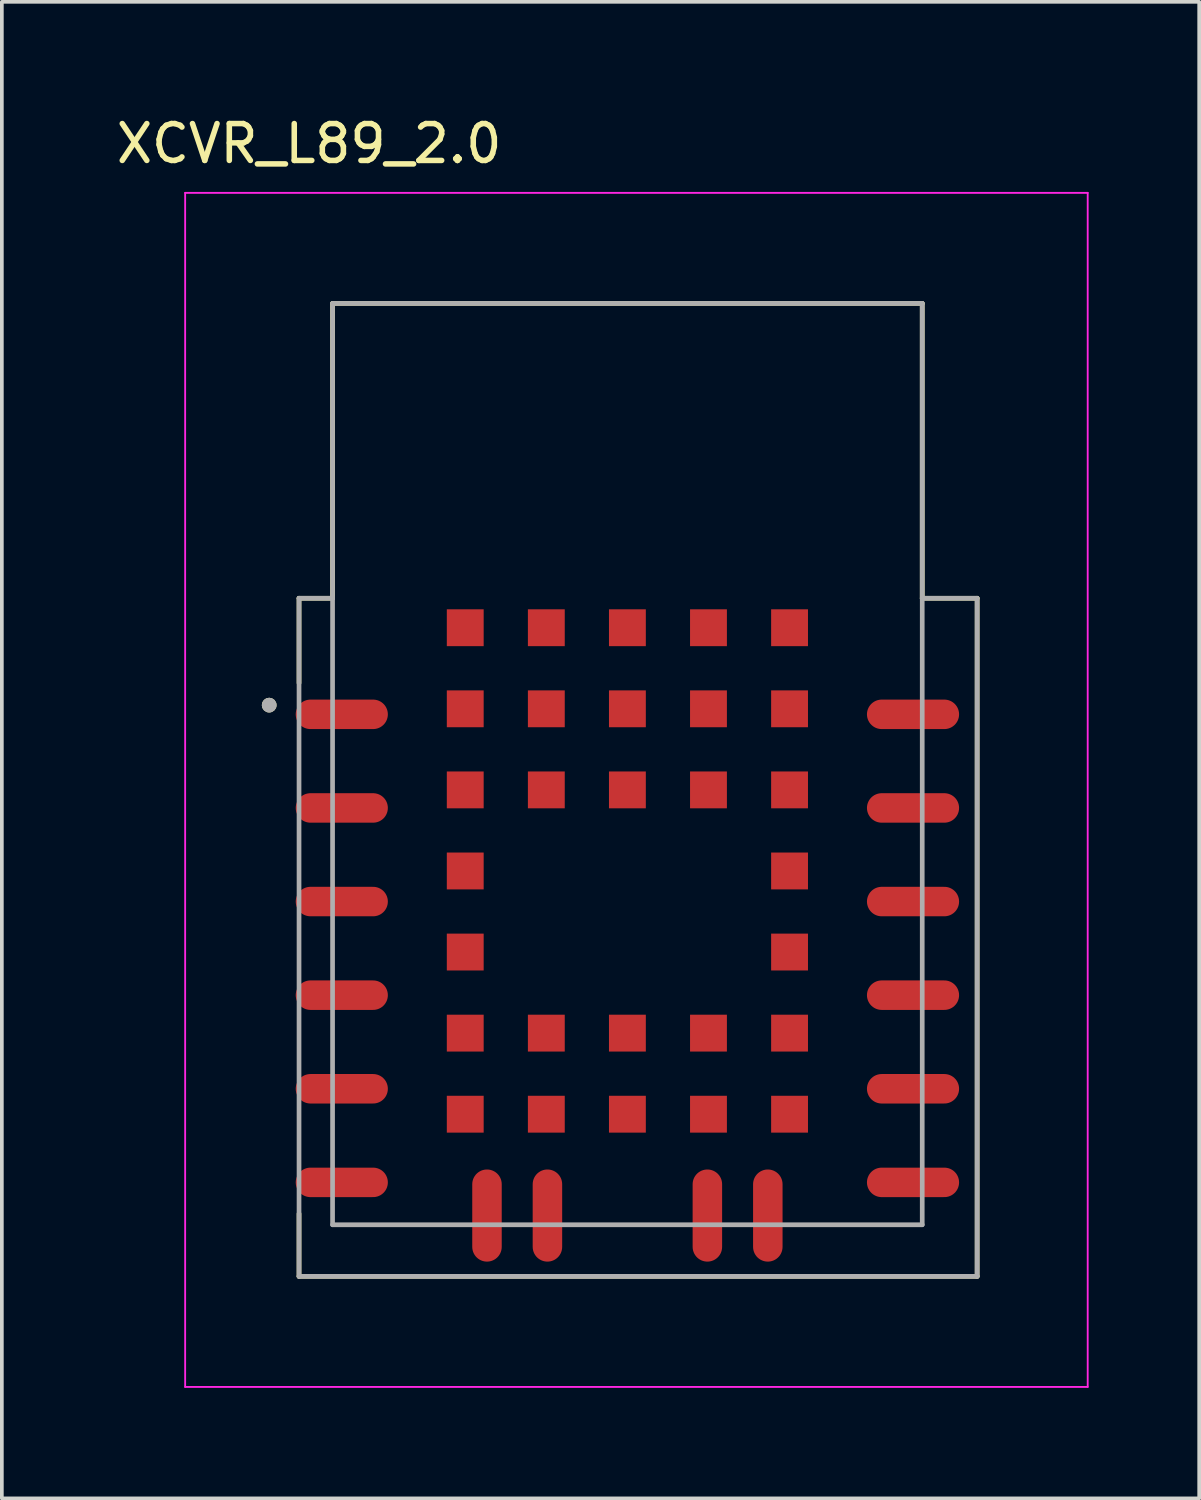
<source format=kicad_pcb>
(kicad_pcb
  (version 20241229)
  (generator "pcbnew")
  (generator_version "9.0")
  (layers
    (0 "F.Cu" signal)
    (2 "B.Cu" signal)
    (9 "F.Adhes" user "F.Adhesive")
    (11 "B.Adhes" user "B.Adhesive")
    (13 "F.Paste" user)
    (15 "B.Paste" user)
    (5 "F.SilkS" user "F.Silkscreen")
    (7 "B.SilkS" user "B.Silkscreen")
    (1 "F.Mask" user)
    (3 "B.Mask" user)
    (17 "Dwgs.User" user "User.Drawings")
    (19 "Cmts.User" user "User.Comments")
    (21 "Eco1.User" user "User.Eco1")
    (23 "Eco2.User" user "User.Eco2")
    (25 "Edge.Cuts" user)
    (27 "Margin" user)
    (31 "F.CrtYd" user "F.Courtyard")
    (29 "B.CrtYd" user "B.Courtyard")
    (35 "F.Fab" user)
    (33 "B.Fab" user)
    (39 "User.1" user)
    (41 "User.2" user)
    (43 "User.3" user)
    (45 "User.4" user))
  (footprint "XCVR_L89_2.0"
    (layer "F.Cu")
    (at 13.974 17.683)
    (property "Reference" "XCVR_L89_2.0" (at -8.635 -16.835 0) (layer "F.SilkS") (effects (font (size 1 1) (thickness 0.15))))
    (attr smd)
    (fp_line (start -8.91 -4.5) (end -8.91 -2.2) (stroke (width 0.127) (type solid)) (layer "F.SilkS"))
    (fp_line (start -8.91 13.9) (end -8.91 12.2) (stroke (width 0.127) (type solid)) (layer "F.SilkS"))
    (fp_line (start -8.91 13.9) (end 9.49 13.9) (stroke (width 0.127) (type solid)) (layer "F.SilkS"))
    (fp_line (start -8 -12.5) (end -8 -4.5) (stroke (width 0.127) (type solid)) (layer "F.SilkS"))
    (fp_line (start -8 -4.5) (end -8.91 -4.5) (stroke (width 0.127) (type solid)) (layer "F.SilkS"))
    (fp_line (start 8 -12.5) (end -8 -12.5) (stroke (width 0.127) (type solid)) (layer "F.SilkS"))
    (fp_line (start 8 -4.5) (end 8 -12.5) (stroke (width 0.127) (type solid)) (layer "F.SilkS"))
    (fp_line (start 8 -4.5) (end 9.49 -4.5) (stroke (width 0.127) (type solid)) (layer "F.SilkS"))
    (fp_line (start 9.49 13.9) (end 9.49 -4.5) (stroke (width 0.127) (type solid)) (layer "F.SilkS"))
    (fp_circle (center -9.72 -1.6) (end -9.62 -1.6) (stroke (width 0.2) (type solid)) (fill no) (layer "F.SilkS"))
    (fp_line (start -12 -15.5) (end 12.49 -15.5) (stroke (width 0.05) (type solid)) (layer "F.CrtYd"))
    (fp_line (start -12 16.9) (end -12 -15.5) (stroke (width 0.05) (type solid)) (layer "F.CrtYd"))
    (fp_line (start 12.49 -15.5) (end 12.49 16.9) (stroke (width 0.05) (type solid)) (layer "F.CrtYd"))
    (fp_line (start 12.49 16.9) (end -12 16.9) (stroke (width 0.05) (type solid)) (layer "F.CrtYd"))
    (fp_line (start -8.91 -4.5) (end -8 -4.5) (stroke (width 0.127) (type solid)) (layer "F.Fab"))
    (fp_line (start -8.91 13.9) (end -8.91 -4.5) (stroke (width 0.127) (type solid)) (layer "F.Fab"))
    (fp_line (start -8 -12.5) (end 8 -12.5) (stroke (width 0.127) (type solid)) (layer "F.Fab"))
    (fp_line (start -8 -4.5) (end -8 -12.5) (stroke (width 0.127) (type solid)) (layer "F.Fab"))
    (fp_line (start -8 12.5) (end -8 -4.5) (stroke (width 0.127) (type solid)) (layer "F.Fab"))
    (fp_line (start 8 -12.5) (end 8 -4.5) (stroke (width 0.127) (type solid)) (layer "F.Fab"))
    (fp_line (start 8 -4.5) (end 8 12.5) (stroke (width 0.127) (type solid)) (layer "F.Fab"))
    (fp_line (start 8 -4.5) (end 9.49 -4.5) (stroke (width 0.127) (type solid)) (layer "F.Fab"))
    (fp_line (start 8 12.5) (end -8 12.5) (stroke (width 0.127) (type solid)) (layer "F.Fab"))
    (fp_line (start 9.49 -4.5) (end 9.49 13.9) (stroke (width 0.127) (type solid)) (layer "F.Fab"))
    (fp_line (start 9.49 13.9) (end -8.91 13.9) (stroke (width 0.127) (type solid)) (layer "F.Fab"))
    (fp_circle (center -9.72 -1.6) (end -9.62 -1.6) (stroke (width 0.2) (type solid)) (fill no) (layer "F.Fab"))
    (pad "1" smd oval (at -7.75 -1.35) (size 2.5 0.8) (layers "F.Cu" "F.Mask" "F.Paste"))
    (pad "2" smd oval (at -7.75 1.19) (size 2.5 0.8) (layers "F.Cu" "F.Mask" "F.Paste"))
    (pad "3" smd oval (at -7.75 3.73) (size 2.5 0.8) (layers "F.Cu" "F.Mask" "F.Paste"))
    (pad "4" smd oval (at -7.75 6.27) (size 2.5 0.8) (layers "F.Cu" "F.Mask" "F.Paste"))
    (pad "5" smd oval (at -7.75 8.81) (size 2.5 0.8) (layers "F.Cu" "F.Mask" "F.Paste"))
    (pad "6" smd oval (at -7.75 11.35) (size 2.5 0.8) (layers "F.Cu" "F.Mask" "F.Paste"))
    (pad "7" smd oval (at 7.75 11.35) (size 2.5 0.8) (layers "F.Cu" "F.Mask" "F.Paste"))
    (pad "8" smd oval (at 7.75 8.81) (size 2.5 0.8) (layers "F.Cu" "F.Mask" "F.Paste"))
    (pad "9" smd oval (at 7.75 6.27) (size 2.5 0.8) (layers "F.Cu" "F.Mask" "F.Paste"))
    (pad "10" smd oval (at 7.75 3.73) (size 2.5 0.8) (layers "F.Cu" "F.Mask" "F.Paste"))
    (pad "11" smd oval (at 7.75 1.19) (size 2.5 0.8) (layers "F.Cu" "F.Mask" "F.Paste"))
    (pad "12" smd oval (at 7.75 -1.35) (size 2.5 0.8) (layers "F.Cu" "F.Mask" "F.Paste"))
    (pad "13" smd oval (at -3.81 12.25) (size 0.8 2.5) (layers "F.Cu" "F.Mask" "F.Paste"))
    (pad "14" smd oval (at -2.17 12.25) (size 0.8 2.5) (layers "F.Cu" "F.Mask" "F.Paste"))
    (pad "15" smd oval (at 2.17 12.25) (size 0.8 2.5) (layers "F.Cu" "F.Mask" "F.Paste"))
    (pad "16" smd oval (at 3.81 12.25) (size 0.8 2.5) (layers "F.Cu" "F.Mask" "F.Paste"))
    (pad "17" smd rect (at -4.4 -3.7) (size 1 1) (layers "F.Cu" "F.Mask" "F.Paste"))
    (pad "18" smd rect (at -2.2 -3.7) (size 1 1) (layers "F.Cu" "F.Mask" "F.Paste"))
    (pad "19" smd rect (at 0 -3.7) (size 1 1) (layers "F.Cu" "F.Mask" "F.Paste"))
    (pad "20" smd rect (at 2.2 -3.7) (size 1 1) (layers "F.Cu" "F.Mask" "F.Paste"))
    (pad "21" smd rect (at 4.4 -3.7) (size 1 1) (layers "F.Cu" "F.Mask" "F.Paste"))
    (pad "22" smd rect (at -4.4 -1.5) (size 1 1) (layers "F.Cu" "F.Mask" "F.Paste"))
    (pad "23" smd rect (at -2.2 -1.5) (size 1 1) (layers "F.Cu" "F.Mask" "F.Paste"))
    (pad "24" smd rect (at 0 -1.5) (size 1 1) (layers "F.Cu" "F.Mask" "F.Paste"))
    (pad "25" smd rect (at 2.2 -1.5) (size 1 1) (layers "F.Cu" "F.Mask" "F.Paste"))
    (pad "26" smd rect (at 4.4 -1.5) (size 1 1) (layers "F.Cu" "F.Mask" "F.Paste"))
    (pad "27" smd rect (at -4.4 0.7) (size 1 1) (layers "F.Cu" "F.Mask" "F.Paste"))
    (pad "28" smd rect (at -2.2 0.7) (size 1 1) (layers "F.Cu" "F.Mask" "F.Paste"))
    (pad "29" smd rect (at 0 0.7) (size 1 1) (layers "F.Cu" "F.Mask" "F.Paste"))
    (pad "30" smd rect (at 2.2 0.7) (size 1 1) (layers "F.Cu" "F.Mask" "F.Paste"))
    (pad "31" smd rect (at 4.4 0.7) (size 1 1) (layers "F.Cu" "F.Mask" "F.Paste"))
    (pad "32" smd rect (at -4.4 2.9) (size 1 1) (layers "F.Cu" "F.Mask" "F.Paste"))
    (pad "33" smd rect (at 4.4 2.9) (size 1 1) (layers "F.Cu" "F.Mask" "F.Paste"))
    (pad "34" smd rect (at -4.4 5.1) (size 1 1) (layers "F.Cu" "F.Mask" "F.Paste"))
    (pad "35" smd rect (at 4.4 5.1) (size 1 1) (layers "F.Cu" "F.Mask" "F.Paste"))
    (pad "36" smd rect (at -4.4 7.3) (size 1 1) (layers "F.Cu" "F.Mask" "F.Paste"))
    (pad "37" smd rect (at -2.2 7.3) (size 1 1) (layers "F.Cu" "F.Mask" "F.Paste"))
    (pad "38" smd rect (at 0 7.3) (size 1 1) (layers "F.Cu" "F.Mask" "F.Paste"))
    (pad "39" smd rect (at 2.2 7.3) (size 1 1) (layers "F.Cu" "F.Mask" "F.Paste"))
    (pad "40" smd rect (at 4.4 7.3) (size 1 1) (layers "F.Cu" "F.Mask" "F.Paste"))
    (pad "41" smd rect (at -4.4 9.5) (size 1 1) (layers "F.Cu" "F.Mask" "F.Paste"))
    (pad "42" smd rect (at -2.2 9.5) (size 1 1) (layers "F.Cu" "F.Mask" "F.Paste"))
    (pad "43" smd rect (at 0 9.5) (size 1 1) (layers "F.Cu" "F.Mask" "F.Paste"))
    (pad "44" smd rect (at 2.2 9.5) (size 1 1) (layers "F.Cu" "F.Mask" "F.Paste"))
    (pad "45" smd rect (at 4.4 9.5) (size 1 1) (layers "F.Cu" "F.Mask" "F.Paste"))
    (zone (net_name "") (layer "F.Cu") (hatch full 0.508) (connect_pads) (min_thickness 0.01) (filled_areas_thickness no) (keepout (tracks not_allowed) (vias not_allowed) (pads not_allowed) (copperpour not_allowed) (footprints allowed)) (placement (enabled no)) (fill) (polygon (pts (xy 5.974 5.183) (xy 21.974 5.183) (xy 21.974 11.443) (xy 5.974 11.443))))
    (zone (net_name "") (layer "F.Cu") (hatch full 0.508) (connect_pads) (min_thickness 2) (filled_areas_thickness no) (keepout (tracks not_allowed) (vias not_allowed) (pads not_allowed) (copperpour not_allowed) (footprints allowed)) (placement (enabled no)) (fill) (polygon (pts (xy 15.374 21.553) (xy 15.365 21.749) (xy 15.336 21.943) (xy 15.288 22.134) (xy 15.222 22.319) (xy 15.138 22.496) (xy 15.037 22.664) (xy 14.92 22.822) (xy 14.789 22.967) (xy 14.643 23.099) (xy 14.485 23.216) (xy 14.317 23.317) (xy 14.14 23.401) (xy 13.955 23.467) (xy 13.764 23.515) (xy 13.57 23.544) (xy 13.374 23.553) (xy 13.178 23.544) (xy 12.984 23.515) (xy 12.794 23.467) (xy 12.609 23.401) (xy 12.431 23.317) (xy 12.263 23.216) (xy 12.105 23.099) (xy 11.96 22.967) (xy 11.828 22.822) (xy 11.711 22.664) (xy 11.61 22.496) (xy 11.527 22.319) (xy 11.46 22.134) (xy 11.413 21.943) (xy 11.384 21.749) (xy 11.374 21.553) (xy 11.384 21.357) (xy 11.413 21.163) (xy 11.46 20.973) (xy 11.527 20.788) (xy 11.61 20.61) (xy 11.711 20.442) (xy 11.828 20.284) (xy 11.96 20.139) (xy 12.105 20.007) (xy 12.263 19.89) (xy 12.431 19.789) (xy 12.609 19.705) (xy 12.794 19.639) (xy 12.984 19.592) (xy 13.178 19.563) (xy 13.374 19.553) (xy 13.57 19.563) (xy 13.764 19.592) (xy 13.955 19.639) (xy 14.14 19.705) (xy 14.317 19.789) (xy 14.485 19.89) (xy 14.643 20.007) (xy 14.789 20.139) (xy 14.92 20.284) (xy 15.037 20.442) (xy 15.138 20.61) (xy 15.222 20.788) (xy 15.288 20.973) (xy 15.336 21.163) (xy 15.365 21.357))))
    (zone (net_name "") (layers "F.Cu" "B.Cu") (hatch full 0.508) (connect_pads) (min_thickness 0.01) (filled_areas_thickness no) (keepout (tracks allowed) (vias not_allowed) (pads allowed) (copperpour allowed) (footprints allowed)) (placement (enabled no)) (fill) (polygon (pts (xy 5.974 5.183) (xy 21.974 5.183) (xy 21.974 11.443) (xy 5.974 11.443))))
    (zone (net_name "") (layers "F.Cu" "B.Cu") (hatch full 0.508) (connect_pads) (min_thickness 2) (filled_areas_thickness no) (keepout (tracks allowed) (vias not_allowed) (pads allowed) (copperpour allowed) (footprints allowed)) (placement (enabled no)) (fill) (polygon (pts (xy 15.374 21.553) (xy 15.365 21.749) (xy 15.336 21.943) (xy 15.288 22.134) (xy 15.222 22.319) (xy 15.138 22.496) (xy 15.037 22.664) (xy 14.92 22.822) (xy 14.789 22.967) (xy 14.643 23.099) (xy 14.485 23.216) (xy 14.317 23.317) (xy 14.14 23.401) (xy 13.955 23.467) (xy 13.764 23.515) (xy 13.57 23.544) (xy 13.374 23.553) (xy 13.178 23.544) (xy 12.984 23.515) (xy 12.794 23.467) (xy 12.609 23.401) (xy 12.431 23.317) (xy 12.263 23.216) (xy 12.105 23.099) (xy 11.96 22.967) (xy 11.828 22.822) (xy 11.711 22.664) (xy 11.61 22.496) (xy 11.527 22.319) (xy 11.46 22.134) (xy 11.413 21.943) (xy 11.384 21.749) (xy 11.374 21.553) (xy 11.384 21.357) (xy 11.413 21.163) (xy 11.46 20.973) (xy 11.527 20.788) (xy 11.61 20.61) (xy 11.711 20.442) (xy 11.828 20.284) (xy 11.96 20.139) (xy 12.105 20.007) (xy 12.263 19.89) (xy 12.431 19.789) (xy 12.609 19.705) (xy 12.794 19.639) (xy 12.984 19.592) (xy 13.178 19.563) (xy 13.374 19.553) (xy 13.57 19.563) (xy 13.764 19.592) (xy 13.955 19.639) (xy 14.14 19.705) (xy 14.317 19.789) (xy 14.485 19.89) (xy 14.643 20.007) (xy 14.789 20.139) (xy 14.92 20.284) (xy 15.037 20.442) (xy 15.138 20.61) (xy 15.222 20.788) (xy 15.288 20.973) (xy 15.336 21.163) (xy 15.365 21.357))))
    (zone (net_name "") (layer "B.Cu") (hatch full 0.508) (connect_pads) (min_thickness 0.01) (filled_areas_thickness no) (keepout (tracks not_allowed) (vias not_allowed) (pads not_allowed) (copperpour not_allowed) (footprints allowed)) (placement (enabled no)) (fill) (polygon (pts (xy 5.974 5.183) (xy 21.974 5.183) (xy 21.974 11.443) (xy 5.974 11.443))))
    (zone (net_name "") (layer "B.Cu") (hatch full 0.508) (connect_pads) (min_thickness 2) (filled_areas_thickness no) (keepout (tracks not_allowed) (vias not_allowed) (pads not_allowed) (copperpour not_allowed) (footprints allowed)) (placement (enabled no)) (fill) (polygon (pts (xy 15.374 21.553) (xy 15.365 21.749) (xy 15.336 21.943) (xy 15.288 22.134) (xy 15.222 22.319) (xy 15.138 22.496) (xy 15.037 22.664) (xy 14.92 22.822) (xy 14.789 22.967) (xy 14.643 23.099) (xy 14.485 23.216) (xy 14.317 23.317) (xy 14.14 23.401) (xy 13.955 23.467) (xy 13.764 23.515) (xy 13.57 23.544) (xy 13.374 23.553) (xy 13.178 23.544) (xy 12.984 23.515) (xy 12.794 23.467) (xy 12.609 23.401) (xy 12.431 23.317) (xy 12.263 23.216) (xy 12.105 23.099) (xy 11.96 22.967) (xy 11.828 22.822) (xy 11.711 22.664) (xy 11.61 22.496) (xy 11.527 22.319) (xy 11.46 22.134) (xy 11.413 21.943) (xy 11.384 21.749) (xy 11.374 21.553) (xy 11.384 21.357) (xy 11.413 21.163) (xy 11.46 20.973) (xy 11.527 20.788) (xy 11.61 20.61) (xy 11.711 20.442) (xy 11.828 20.284) (xy 11.96 20.139) (xy 12.105 20.007) (xy 12.263 19.89) (xy 12.431 19.789) (xy 12.609 19.705) (xy 12.794 19.639) (xy 12.984 19.592) (xy 13.178 19.563) (xy 13.374 19.553) (xy 13.57 19.563) (xy 13.764 19.592) (xy 13.955 19.639) (xy 14.14 19.705) (xy 14.317 19.789) (xy 14.485 19.89) (xy 14.643 20.007) (xy 14.789 20.139) (xy 14.92 20.284) (xy 15.037 20.442) (xy 15.138 20.61) (xy 15.222 20.788) (xy 15.288 20.973) (xy 15.336 21.163) (xy 15.365 21.357)))))
  (gr_rect
    (start -3 -3)
    (end 29.489 37.608)
    (stroke (width 0.1) (type default))
    (fill no)
    (layer "Edge.Cuts")))
</source>
